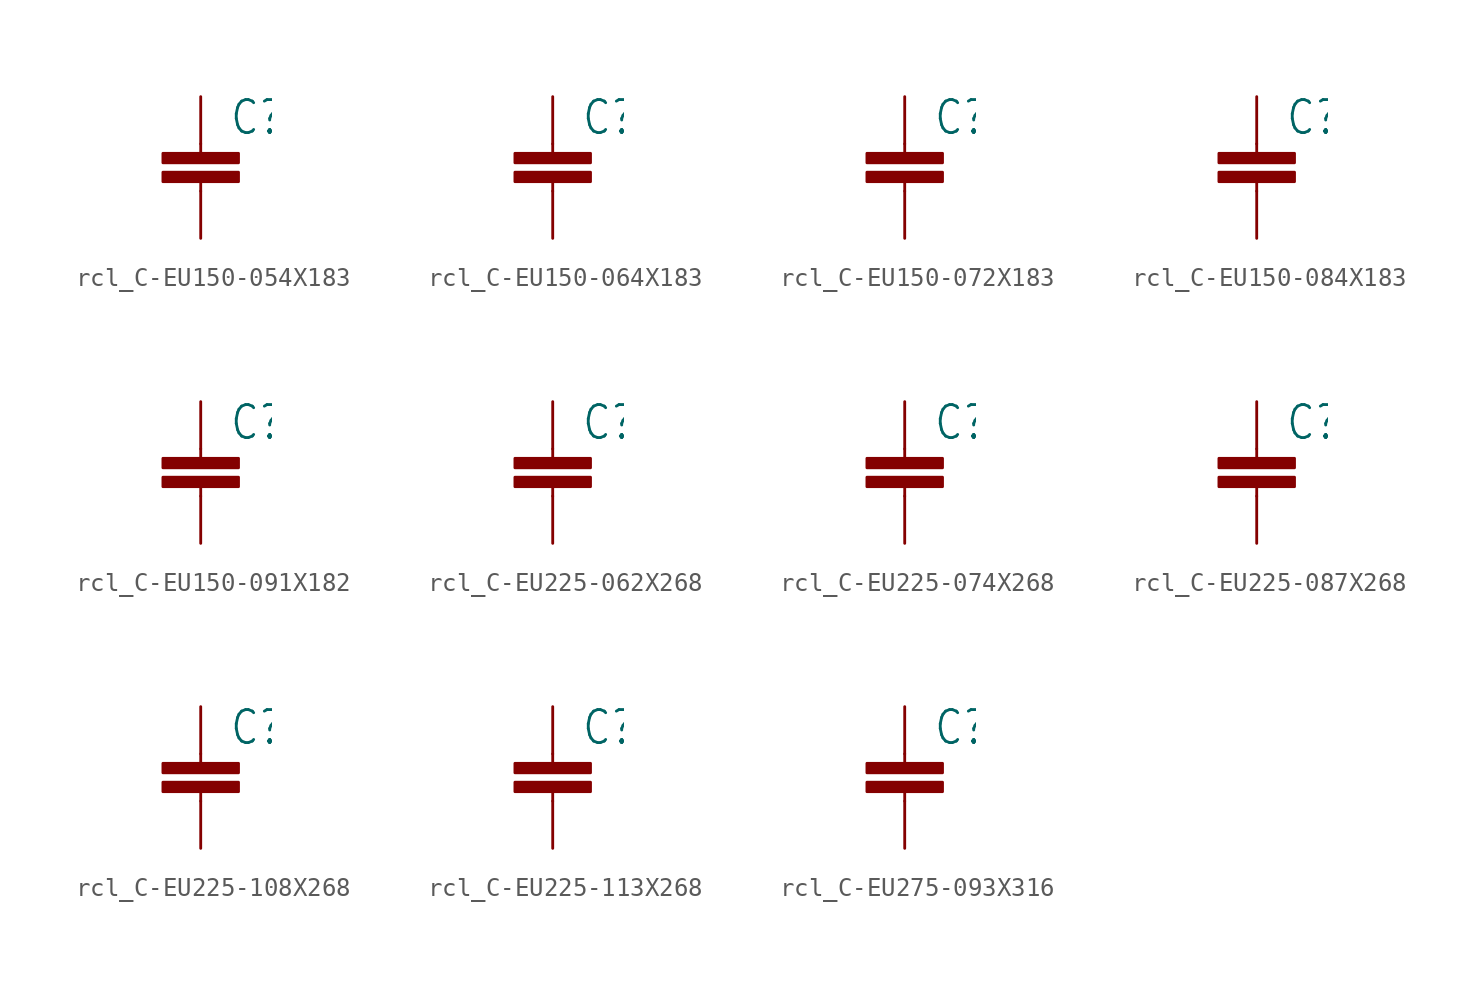
<source format=kicad_sym>
(kicad_symbol_lib
  (version 20241209)
  (generator "kicad_symbol_editor")
  (generator_version "9.0")
  (symbol "rcl_C-EU150-054X183"
    (property "Reference" "C"
      (at 1.524 0.381 0)
      (effects (font (size 1.778 1.511)) (justify left bottom)))
    (property "Value" ""
      (at 1.524 -4.699 0)
      (effects (font (size 1.778 1.511)) (justify left bottom)))
    (property "ki_locked" ""
      (at 0 0 0)
      (effects (font (size 1.27 1.27))))
    (symbol "rcl_C-EU150-054X183_1_0"
      (rectangle (start -2.032 -1.016) (end 2.032 -0.508) (stroke (width 0) (type default)) (fill (type outline)))
      (rectangle (start -2.032 -2.032) (end 2.032 -1.524) (stroke (width 0) (type default)) (fill (type outline)))
      (polyline (pts (xy 0 0) (xy 0 -0.508)) (stroke (width 0.152) (type solid)) (fill (type none)))
      (polyline (pts (xy 0 -2.54) (xy 0 -2.032)) (stroke (width 0.152) (type solid)) (fill (type none)))
      (pin passive line (at 0 2.54 270) (length 2.54) (name "1" (effects (font (size 0 0)))) (number "1" (effects (font (size 0 0)))))
      (pin passive line (at 0 -5.08 90) (length 2.54) (name "2" (effects (font (size 0 0)))) (number "2" (effects (font (size 0 0)))))))
  (symbol "rcl_C-EU150-064X183"
    (property "Reference" "C"
      (at 1.524 0.381 0)
      (effects (font (size 1.778 1.511)) (justify left bottom)))
    (property "Value" ""
      (at 1.524 -4.699 0)
      (effects (font (size 1.778 1.511)) (justify left bottom)))
    (property "ki_locked" ""
      (at 0 0 0)
      (effects (font (size 1.27 1.27))))
    (symbol "rcl_C-EU150-064X183_1_0"
      (rectangle (start -2.032 -1.016) (end 2.032 -0.508) (stroke (width 0) (type default)) (fill (type outline)))
      (rectangle (start -2.032 -2.032) (end 2.032 -1.524) (stroke (width 0) (type default)) (fill (type outline)))
      (polyline (pts (xy 0 0) (xy 0 -0.508)) (stroke (width 0.152) (type solid)) (fill (type none)))
      (polyline (pts (xy 0 -2.54) (xy 0 -2.032)) (stroke (width 0.152) (type solid)) (fill (type none)))
      (pin passive line (at 0 2.54 270) (length 2.54) (name "1" (effects (font (size 0 0)))) (number "1" (effects (font (size 0 0)))))
      (pin passive line (at 0 -5.08 90) (length 2.54) (name "2" (effects (font (size 0 0)))) (number "2" (effects (font (size 0 0)))))))
  (symbol "rcl_C-EU150-072X183"
    (property "Reference" "C"
      (at 1.524 0.381 0)
      (effects (font (size 1.778 1.511)) (justify left bottom)))
    (property "Value" ""
      (at 1.524 -4.699 0)
      (effects (font (size 1.778 1.511)) (justify left bottom)))
    (property "ki_locked" ""
      (at 0 0 0)
      (effects (font (size 1.27 1.27))))
    (symbol "rcl_C-EU150-072X183_1_0"
      (rectangle (start -2.032 -1.016) (end 2.032 -0.508) (stroke (width 0) (type default)) (fill (type outline)))
      (rectangle (start -2.032 -2.032) (end 2.032 -1.524) (stroke (width 0) (type default)) (fill (type outline)))
      (polyline (pts (xy 0 0) (xy 0 -0.508)) (stroke (width 0.152) (type solid)) (fill (type none)))
      (polyline (pts (xy 0 -2.54) (xy 0 -2.032)) (stroke (width 0.152) (type solid)) (fill (type none)))
      (pin passive line (at 0 2.54 270) (length 2.54) (name "1" (effects (font (size 0 0)))) (number "1" (effects (font (size 0 0)))))
      (pin passive line (at 0 -5.08 90) (length 2.54) (name "2" (effects (font (size 0 0)))) (number "2" (effects (font (size 0 0)))))))
  (symbol "rcl_C-EU150-084X183"
    (property "Reference" "C"
      (at 1.524 0.381 0)
      (effects (font (size 1.778 1.511)) (justify left bottom)))
    (property "Value" ""
      (at 1.524 -4.699 0)
      (effects (font (size 1.778 1.511)) (justify left bottom)))
    (property "ki_locked" ""
      (at 0 0 0)
      (effects (font (size 1.27 1.27))))
    (symbol "rcl_C-EU150-084X183_1_0"
      (rectangle (start -2.032 -1.016) (end 2.032 -0.508) (stroke (width 0) (type default)) (fill (type outline)))
      (rectangle (start -2.032 -2.032) (end 2.032 -1.524) (stroke (width 0) (type default)) (fill (type outline)))
      (polyline (pts (xy 0 0) (xy 0 -0.508)) (stroke (width 0.152) (type solid)) (fill (type none)))
      (polyline (pts (xy 0 -2.54) (xy 0 -2.032)) (stroke (width 0.152) (type solid)) (fill (type none)))
      (pin passive line (at 0 2.54 270) (length 2.54) (name "1" (effects (font (size 0 0)))) (number "1" (effects (font (size 0 0)))))
      (pin passive line (at 0 -5.08 90) (length 2.54) (name "2" (effects (font (size 0 0)))) (number "2" (effects (font (size 0 0)))))))
  (symbol "rcl_C-EU150-091X182"
    (property "Reference" "C"
      (at 1.524 0.381 0)
      (effects (font (size 1.778 1.511)) (justify left bottom)))
    (property "Value" ""
      (at 1.524 -4.699 0)
      (effects (font (size 1.778 1.511)) (justify left bottom)))
    (property "ki_locked" ""
      (at 0 0 0)
      (effects (font (size 1.27 1.27))))
    (symbol "rcl_C-EU150-091X182_1_0"
      (rectangle (start -2.032 -1.016) (end 2.032 -0.508) (stroke (width 0) (type default)) (fill (type outline)))
      (rectangle (start -2.032 -2.032) (end 2.032 -1.524) (stroke (width 0) (type default)) (fill (type outline)))
      (polyline (pts (xy 0 0) (xy 0 -0.508)) (stroke (width 0.152) (type solid)) (fill (type none)))
      (polyline (pts (xy 0 -2.54) (xy 0 -2.032)) (stroke (width 0.152) (type solid)) (fill (type none)))
      (pin passive line (at 0 2.54 270) (length 2.54) (name "1" (effects (font (size 0 0)))) (number "1" (effects (font (size 0 0)))))
      (pin passive line (at 0 -5.08 90) (length 2.54) (name "2" (effects (font (size 0 0)))) (number "2" (effects (font (size 0 0)))))))
  (symbol "rcl_C-EU225-062X268"
    (property "Reference" "C"
      (at 1.524 0.381 0)
      (effects (font (size 1.778 1.511)) (justify left bottom)))
    (property "Value" ""
      (at 1.524 -4.699 0)
      (effects (font (size 1.778 1.511)) (justify left bottom)))
    (property "ki_locked" ""
      (at 0 0 0)
      (effects (font (size 1.27 1.27))))
    (symbol "rcl_C-EU225-062X268_1_0"
      (rectangle (start -2.032 -1.016) (end 2.032 -0.508) (stroke (width 0) (type default)) (fill (type outline)))
      (rectangle (start -2.032 -2.032) (end 2.032 -1.524) (stroke (width 0) (type default)) (fill (type outline)))
      (polyline (pts (xy 0 0) (xy 0 -0.508)) (stroke (width 0.152) (type solid)) (fill (type none)))
      (polyline (pts (xy 0 -2.54) (xy 0 -2.032)) (stroke (width 0.152) (type solid)) (fill (type none)))
      (pin passive line (at 0 2.54 270) (length 2.54) (name "1" (effects (font (size 0 0)))) (number "1" (effects (font (size 0 0)))))
      (pin passive line (at 0 -5.08 90) (length 2.54) (name "2" (effects (font (size 0 0)))) (number "2" (effects (font (size 0 0)))))))
  (symbol "rcl_C-EU225-074X268"
    (property "Reference" "C"
      (at 1.524 0.381 0)
      (effects (font (size 1.778 1.511)) (justify left bottom)))
    (property "Value" ""
      (at 1.524 -4.699 0)
      (effects (font (size 1.778 1.511)) (justify left bottom)))
    (property "ki_locked" ""
      (at 0 0 0)
      (effects (font (size 1.27 1.27))))
    (symbol "rcl_C-EU225-074X268_1_0"
      (rectangle (start -2.032 -1.016) (end 2.032 -0.508) (stroke (width 0) (type default)) (fill (type outline)))
      (rectangle (start -2.032 -2.032) (end 2.032 -1.524) (stroke (width 0) (type default)) (fill (type outline)))
      (polyline (pts (xy 0 0) (xy 0 -0.508)) (stroke (width 0.152) (type solid)) (fill (type none)))
      (polyline (pts (xy 0 -2.54) (xy 0 -2.032)) (stroke (width 0.152) (type solid)) (fill (type none)))
      (pin passive line (at 0 2.54 270) (length 2.54) (name "1" (effects (font (size 0 0)))) (number "1" (effects (font (size 0 0)))))
      (pin passive line (at 0 -5.08 90) (length 2.54) (name "2" (effects (font (size 0 0)))) (number "2" (effects (font (size 0 0)))))))
  (symbol "rcl_C-EU225-087X268"
    (property "Reference" "C"
      (at 1.524 0.381 0)
      (effects (font (size 1.778 1.511)) (justify left bottom)))
    (property "Value" ""
      (at 1.524 -4.699 0)
      (effects (font (size 1.778 1.511)) (justify left bottom)))
    (property "ki_locked" ""
      (at 0 0 0)
      (effects (font (size 1.27 1.27))))
    (symbol "rcl_C-EU225-087X268_1_0"
      (rectangle (start -2.032 -1.016) (end 2.032 -0.508) (stroke (width 0) (type default)) (fill (type outline)))
      (rectangle (start -2.032 -2.032) (end 2.032 -1.524) (stroke (width 0) (type default)) (fill (type outline)))
      (polyline (pts (xy 0 0) (xy 0 -0.508)) (stroke (width 0.152) (type solid)) (fill (type none)))
      (polyline (pts (xy 0 -2.54) (xy 0 -2.032)) (stroke (width 0.152) (type solid)) (fill (type none)))
      (pin passive line (at 0 2.54 270) (length 2.54) (name "1" (effects (font (size 0 0)))) (number "1" (effects (font (size 0 0)))))
      (pin passive line (at 0 -5.08 90) (length 2.54) (name "2" (effects (font (size 0 0)))) (number "2" (effects (font (size 0 0)))))))
  (symbol "rcl_C-EU225-108X268"
    (property "Reference" "C"
      (at 1.524 0.381 0)
      (effects (font (size 1.778 1.511)) (justify left bottom)))
    (property "Value" ""
      (at 1.524 -4.699 0)
      (effects (font (size 1.778 1.511)) (justify left bottom)))
    (property "ki_locked" ""
      (at 0 0 0)
      (effects (font (size 1.27 1.27))))
    (symbol "rcl_C-EU225-108X268_1_0"
      (rectangle (start -2.032 -1.016) (end 2.032 -0.508) (stroke (width 0) (type default)) (fill (type outline)))
      (rectangle (start -2.032 -2.032) (end 2.032 -1.524) (stroke (width 0) (type default)) (fill (type outline)))
      (polyline (pts (xy 0 0) (xy 0 -0.508)) (stroke (width 0.152) (type solid)) (fill (type none)))
      (polyline (pts (xy 0 -2.54) (xy 0 -2.032)) (stroke (width 0.152) (type solid)) (fill (type none)))
      (pin passive line (at 0 2.54 270) (length 2.54) (name "1" (effects (font (size 0 0)))) (number "1" (effects (font (size 0 0)))))
      (pin passive line (at 0 -5.08 90) (length 2.54) (name "2" (effects (font (size 0 0)))) (number "2" (effects (font (size 0 0)))))))
  (symbol "rcl_C-EU225-113X268"
    (property "Reference" "C"
      (at 1.524 0.381 0)
      (effects (font (size 1.778 1.511)) (justify left bottom)))
    (property "Value" ""
      (at 1.524 -4.699 0)
      (effects (font (size 1.778 1.511)) (justify left bottom)))
    (property "ki_locked" ""
      (at 0 0 0)
      (effects (font (size 1.27 1.27))))
    (symbol "rcl_C-EU225-113X268_1_0"
      (rectangle (start -2.032 -1.016) (end 2.032 -0.508) (stroke (width 0) (type default)) (fill (type outline)))
      (rectangle (start -2.032 -2.032) (end 2.032 -1.524) (stroke (width 0) (type default)) (fill (type outline)))
      (polyline (pts (xy 0 0) (xy 0 -0.508)) (stroke (width 0.152) (type solid)) (fill (type none)))
      (polyline (pts (xy 0 -2.54) (xy 0 -2.032)) (stroke (width 0.152) (type solid)) (fill (type none)))
      (pin passive line (at 0 2.54 270) (length 2.54) (name "1" (effects (font (size 0 0)))) (number "1" (effects (font (size 0 0)))))
      (pin passive line (at 0 -5.08 90) (length 2.54) (name "2" (effects (font (size 0 0)))) (number "2" (effects (font (size 0 0)))))))
  (symbol "rcl_C-EU275-093X316"
    (property "Reference" "C"
      (at 1.524 0.381 0)
      (effects (font (size 1.778 1.511)) (justify left bottom)))
    (property "Value" ""
      (at 1.524 -4.699 0)
      (effects (font (size 1.778 1.511)) (justify left bottom)))
    (property "ki_locked" ""
      (at 0 0 0)
      (effects (font (size 1.27 1.27))))
    (symbol "rcl_C-EU275-093X316_1_0"
      (rectangle (start -2.032 -1.016) (end 2.032 -0.508) (stroke (width 0) (type default)) (fill (type outline)))
      (rectangle (start -2.032 -2.032) (end 2.032 -1.524) (stroke (width 0) (type default)) (fill (type outline)))
      (polyline (pts (xy 0 0) (xy 0 -0.508)) (stroke (width 0.152) (type solid)) (fill (type none)))
      (polyline (pts (xy 0 -2.54) (xy 0 -2.032)) (stroke (width 0.152) (type solid)) (fill (type none)))
      (pin passive line (at 0 2.54 270) (length 2.54) (name "1" (effects (font (size 0 0)))) (number "1" (effects (font (size 0 0)))))
      (pin passive line (at 0 -5.08 90) (length 2.54) (name "2" (effects (font (size 0 0)))) (number "2" (effects (font (size 0 0))))))))
</source>
